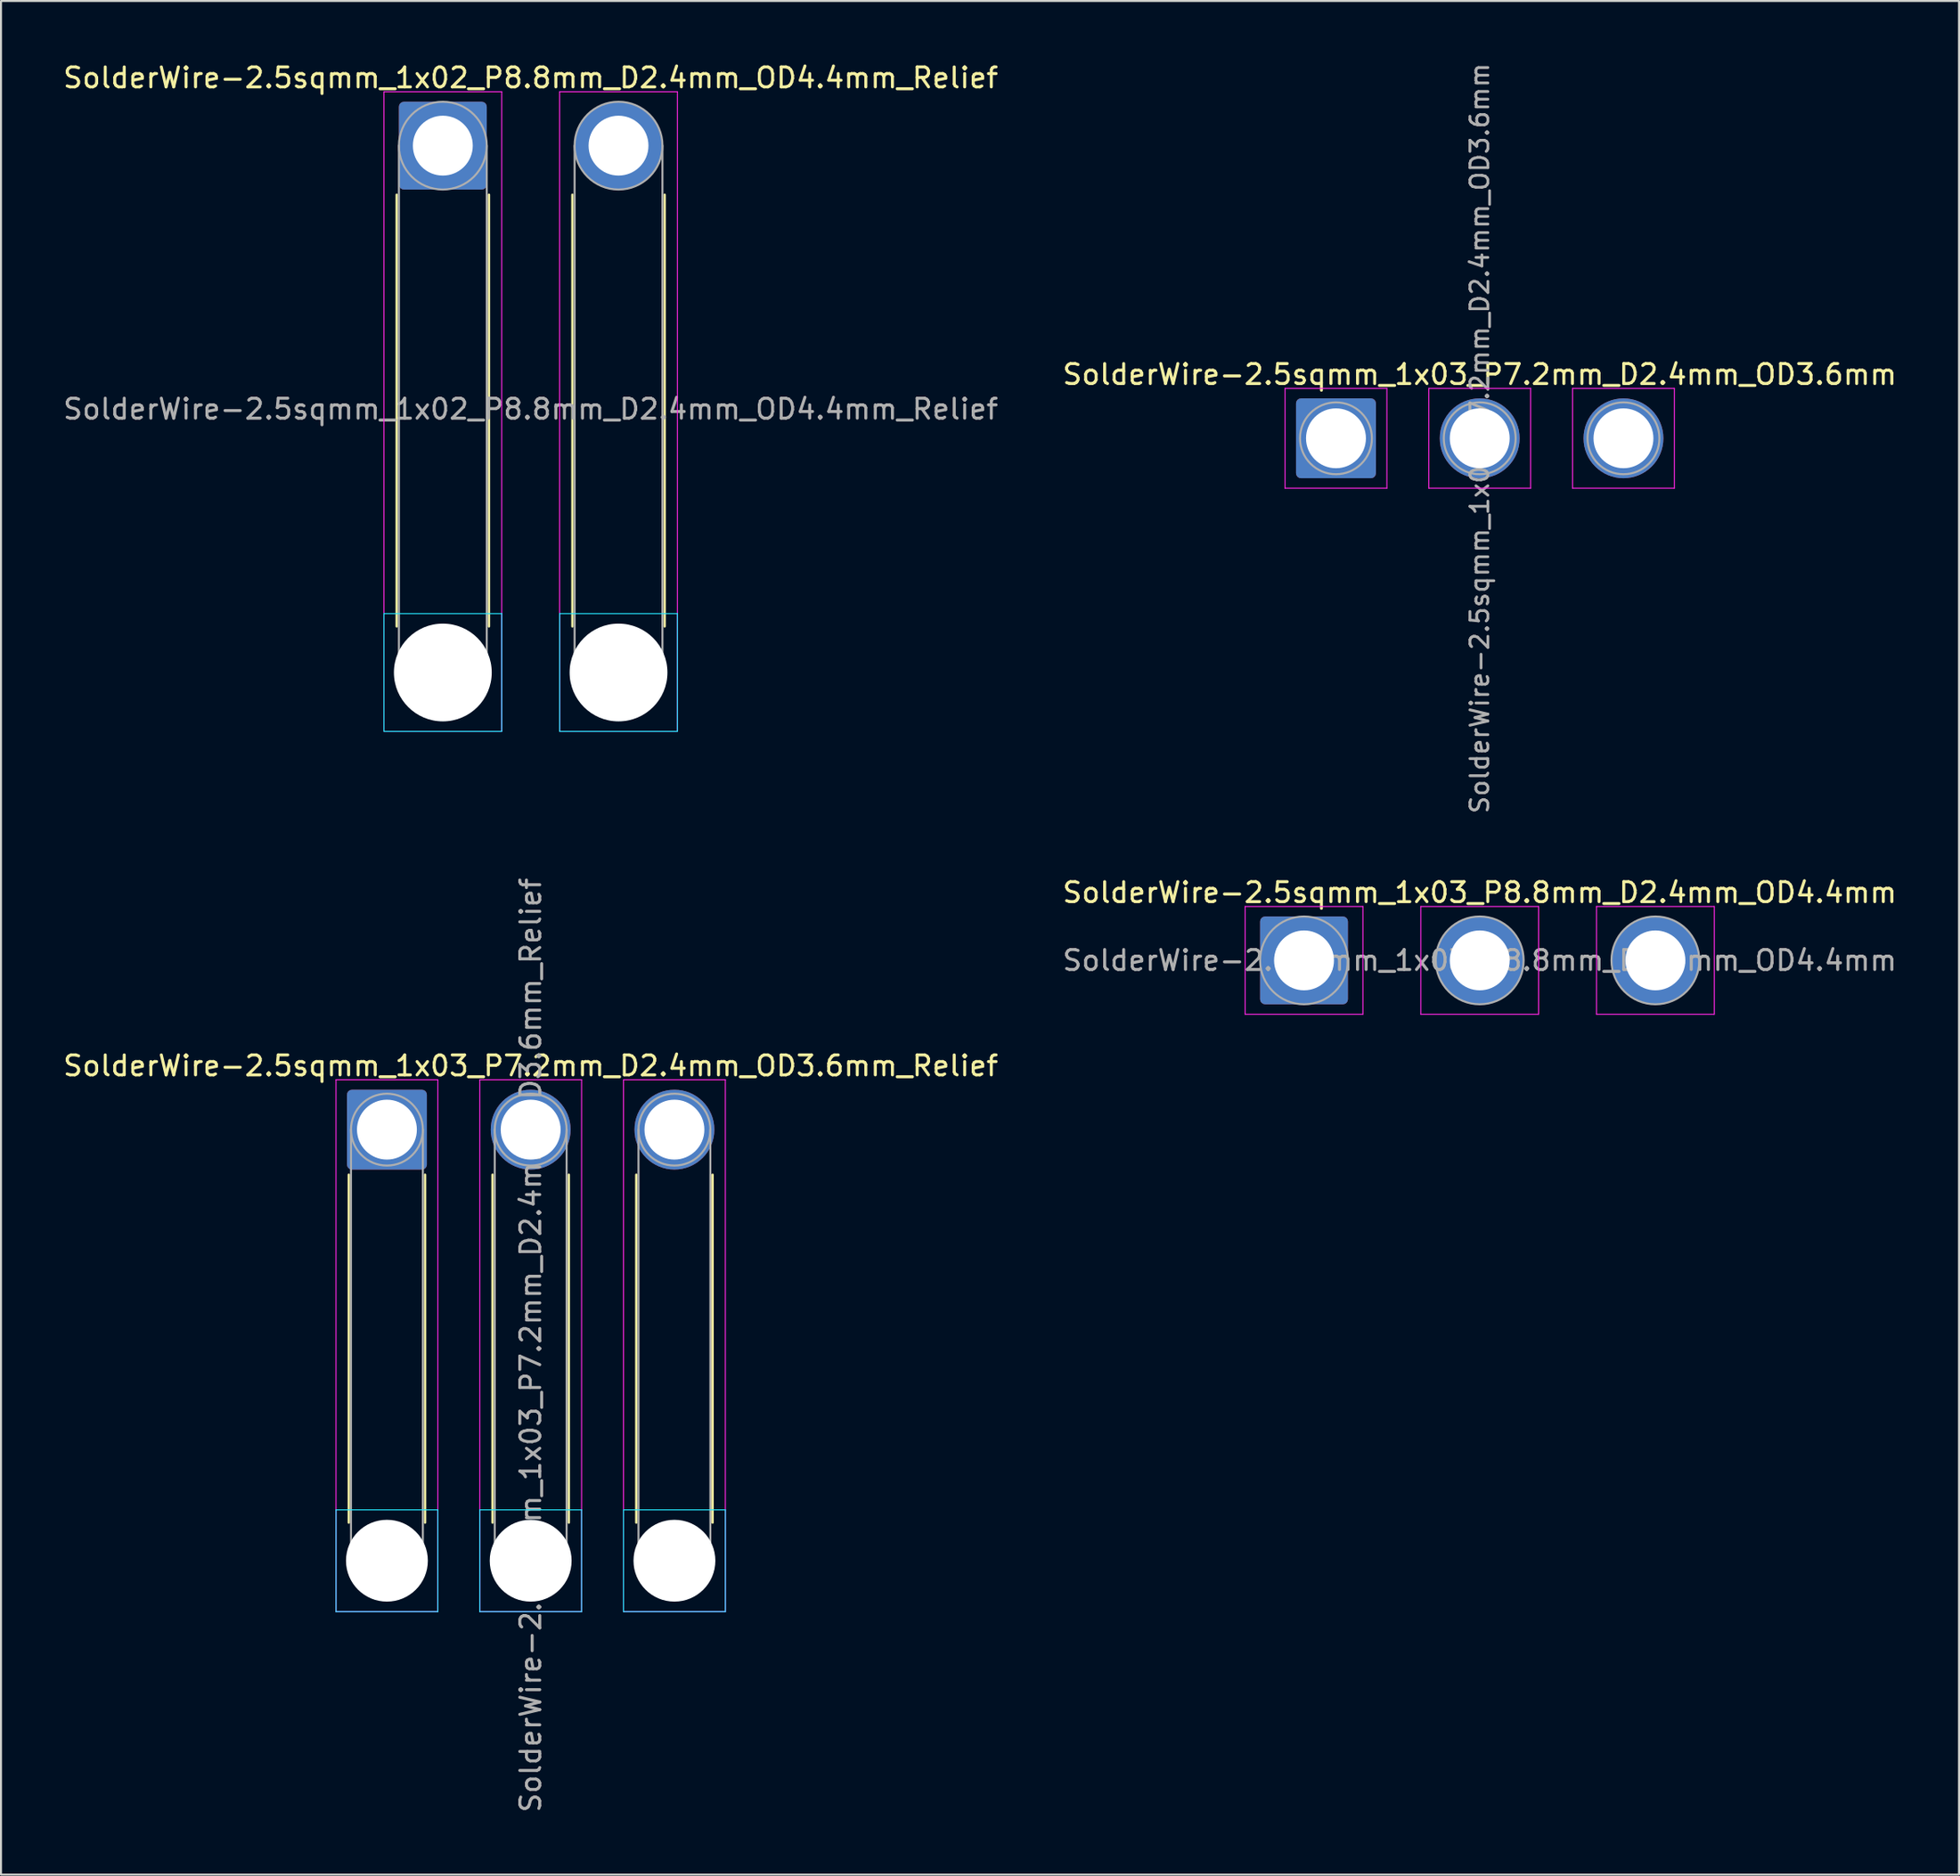
<source format=kicad_pcb>
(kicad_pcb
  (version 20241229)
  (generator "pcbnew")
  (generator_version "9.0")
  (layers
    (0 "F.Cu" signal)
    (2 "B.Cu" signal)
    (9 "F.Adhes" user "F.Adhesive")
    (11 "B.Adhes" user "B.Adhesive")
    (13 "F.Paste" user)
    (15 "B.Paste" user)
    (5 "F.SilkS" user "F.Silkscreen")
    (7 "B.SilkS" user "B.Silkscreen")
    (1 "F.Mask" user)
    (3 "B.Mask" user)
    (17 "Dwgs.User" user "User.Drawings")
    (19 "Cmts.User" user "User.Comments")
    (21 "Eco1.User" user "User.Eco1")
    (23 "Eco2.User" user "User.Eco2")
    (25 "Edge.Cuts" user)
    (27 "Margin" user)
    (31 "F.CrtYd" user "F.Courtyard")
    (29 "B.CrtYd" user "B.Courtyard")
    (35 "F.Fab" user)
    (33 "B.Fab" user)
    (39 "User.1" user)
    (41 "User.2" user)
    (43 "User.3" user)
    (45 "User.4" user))
  (footprint "SolderWire-2.5sqmm_1x03_P8.8mm_D2.4mm_OD4.4mm"
    (layer "F.Cu")
    (at 62.265 45.074)
    (property "Reference" "SolderWire-2.5sqmm_1x03_P8.8mm_D2.4mm_OD4.4mm" (at 8.8 -3.4 0) (layer "F.SilkS") (effects (font (size 1 1) (thickness 0.15))))
    (attr exclude_from_pos_files exclude_from_bom)
    (fp_line (start -2.95 -2.7) (end -2.95 2.7) (stroke (width 0.05) (type solid)) (layer "F.CrtYd"))
    (fp_line (start -2.95 2.7) (end 2.95 2.7) (stroke (width 0.05) (type solid)) (layer "F.CrtYd"))
    (fp_line (start 2.95 -2.7) (end -2.95 -2.7) (stroke (width 0.05) (type solid)) (layer "F.CrtYd"))
    (fp_line (start 2.95 2.7) (end 2.95 -2.7) (stroke (width 0.05) (type solid)) (layer "F.CrtYd"))
    (fp_line (start 5.85 -2.7) (end 5.85 2.7) (stroke (width 0.05) (type solid)) (layer "F.CrtYd"))
    (fp_line (start 5.85 2.7) (end 11.75 2.7) (stroke (width 0.05) (type solid)) (layer "F.CrtYd"))
    (fp_line (start 11.75 -2.7) (end 5.85 -2.7) (stroke (width 0.05) (type solid)) (layer "F.CrtYd"))
    (fp_line (start 11.75 2.7) (end 11.75 -2.7) (stroke (width 0.05) (type solid)) (layer "F.CrtYd"))
    (fp_line (start 14.65 -2.7) (end 14.65 2.7) (stroke (width 0.05) (type solid)) (layer "F.CrtYd"))
    (fp_line (start 14.65 2.7) (end 20.55 2.7) (stroke (width 0.05) (type solid)) (layer "F.CrtYd"))
    (fp_line (start 20.55 -2.7) (end 14.65 -2.7) (stroke (width 0.05) (type solid)) (layer "F.CrtYd"))
    (fp_line (start 20.55 2.7) (end 20.55 -2.7) (stroke (width 0.05) (type solid)) (layer "F.CrtYd"))
    (fp_circle (center 0 0) (end 2.2 0) (stroke (width 0.1) (type solid)) (fill no) (layer "F.Fab"))
    (fp_circle (center 8.8 0) (end 11 0) (stroke (width 0.1) (type solid)) (fill no) (layer "F.Fab"))
    (fp_circle (center 17.6 0) (end 19.8 0) (stroke (width 0.1) (type solid)) (fill no) (layer "F.Fab"))
    (fp_text user "${REFERENCE}" (at 8.8 0 0) (layer "F.Fab") (effects (font (size 1 1) (thickness 0.15))))
    (pad "1" thru_hole roundrect (at 0 0) (size 4.4 4.4) (drill 3) (layers "*.Cu" "*.Mask") (roundrect_rratio 0.057))
    (pad "2" thru_hole circle (at 8.8 0) (size 4.4 4.4) (drill 3) (layers "*.Cu" "*.Mask"))
    (pad "3" thru_hole circle (at 17.6 0) (size 4.4 4.4) (drill 3) (layers "*.Cu" "*.Mask")))
  (footprint "SolderWire-2.5sqmm_1x03_P7.2mm_D2.4mm_OD3.6mm"
    (layer "F.Cu")
    (at 63.865 18.913)
    (property "Reference" "SolderWire-2.5sqmm_1x03_P7.2mm_D2.4mm_OD3.6mm" (at 7.2 -3.2 0) (layer "F.SilkS") (effects (font (size 1 1) (thickness 0.15))))
    (attr exclude_from_pos_files exclude_from_bom)
    (fp_line (start -2.55 -2.5) (end -2.55 2.5) (stroke (width 0.05) (type solid)) (layer "F.CrtYd"))
    (fp_line (start -2.55 2.5) (end 2.55 2.5) (stroke (width 0.05) (type solid)) (layer "F.CrtYd"))
    (fp_line (start 2.55 -2.5) (end -2.55 -2.5) (stroke (width 0.05) (type solid)) (layer "F.CrtYd"))
    (fp_line (start 2.55 2.5) (end 2.55 -2.5) (stroke (width 0.05) (type solid)) (layer "F.CrtYd"))
    (fp_line (start 4.65 -2.5) (end 4.65 2.5) (stroke (width 0.05) (type solid)) (layer "F.CrtYd"))
    (fp_line (start 4.65 2.5) (end 9.75 2.5) (stroke (width 0.05) (type solid)) (layer "F.CrtYd"))
    (fp_line (start 9.75 -2.5) (end 4.65 -2.5) (stroke (width 0.05) (type solid)) (layer "F.CrtYd"))
    (fp_line (start 9.75 2.5) (end 9.75 -2.5) (stroke (width 0.05) (type solid)) (layer "F.CrtYd"))
    (fp_line (start 11.85 -2.5) (end 11.85 2.5) (stroke (width 0.05) (type solid)) (layer "F.CrtYd"))
    (fp_line (start 11.85 2.5) (end 16.95 2.5) (stroke (width 0.05) (type solid)) (layer "F.CrtYd"))
    (fp_line (start 16.95 -2.5) (end 11.85 -2.5) (stroke (width 0.05) (type solid)) (layer "F.CrtYd"))
    (fp_line (start 16.95 2.5) (end 16.95 -2.5) (stroke (width 0.05) (type solid)) (layer "F.CrtYd"))
    (fp_circle (center 0 0) (end 1.8 0) (stroke (width 0.1) (type solid)) (fill no) (layer "F.Fab"))
    (fp_circle (center 7.2 0) (end 9 0) (stroke (width 0.1) (type solid)) (fill no) (layer "F.Fab"))
    (fp_circle (center 14.4 0) (end 16.2 0) (stroke (width 0.1) (type solid)) (fill no) (layer "F.Fab"))
    (fp_text user "${REFERENCE}" (at 7.2 0 90) (layer "F.Fab") (effects (font (size 0.9 0.9) (thickness 0.14))))
    (pad "1" thru_hole roundrect (at 0 0) (size 4 4) (drill 3) (layers "*.Cu" "*.Mask") (roundrect_rratio 0.062))
    (pad "2" thru_hole circle (at 7.2 0) (size 4 4) (drill 3) (layers "*.Cu" "*.Mask"))
    (pad "3" thru_hole circle (at 14.4 0) (size 4 4) (drill 3) (layers "*.Cu" "*.Mask")))
  (footprint "SolderWire-2.5sqmm_1x02_P8.8mm_D2.4mm_OD4.4mm_Relief"
    (layer "F.Cu")
    (at 19.13 4.248)
    (property "Reference" "SolderWire-2.5sqmm_1x02_P8.8mm_D2.4mm_OD4.4mm_Relief" (at 4.4 -3.4 0) (layer "F.SilkS") (effects (font (size 1 1) (thickness 0.15))))
    (attr exclude_from_pos_files exclude_from_bom)
    (fp_line (start -2.31 2.46) (end -2.31 24.09) (stroke (width 0.12) (type solid)) (layer "F.SilkS"))
    (fp_line (start 2.31 2.46) (end 2.31 24.09) (stroke (width 0.12) (type solid)) (layer "F.SilkS"))
    (fp_line (start 6.49 2.46) (end 6.49 24.09) (stroke (width 0.12) (type solid)) (layer "F.SilkS"))
    (fp_line (start 11.11 2.46) (end 11.11 24.09) (stroke (width 0.12) (type solid)) (layer "F.SilkS"))
    (fp_line (start -2.95 23.45) (end -2.95 29.35) (stroke (width 0.05) (type solid)) (layer "B.CrtYd"))
    (fp_line (start -2.95 29.35) (end 2.95 29.35) (stroke (width 0.05) (type solid)) (layer "B.CrtYd"))
    (fp_line (start 2.95 23.45) (end -2.95 23.45) (stroke (width 0.05) (type solid)) (layer "B.CrtYd"))
    (fp_line (start 2.95 29.35) (end 2.95 23.45) (stroke (width 0.05) (type solid)) (layer "B.CrtYd"))
    (fp_line (start 5.85 23.45) (end 5.85 29.35) (stroke (width 0.05) (type solid)) (layer "B.CrtYd"))
    (fp_line (start 5.85 29.35) (end 11.75 29.35) (stroke (width 0.05) (type solid)) (layer "B.CrtYd"))
    (fp_line (start 11.75 23.45) (end 5.85 23.45) (stroke (width 0.05) (type solid)) (layer "B.CrtYd"))
    (fp_line (start 11.75 29.35) (end 11.75 23.45) (stroke (width 0.05) (type solid)) (layer "B.CrtYd"))
    (fp_line (start -2.95 -2.7) (end -2.95 29.35) (stroke (width 0.05) (type solid)) (layer "F.CrtYd"))
    (fp_line (start -2.95 29.35) (end 2.95 29.35) (stroke (width 0.05) (type solid)) (layer "F.CrtYd"))
    (fp_line (start 2.95 -2.7) (end -2.95 -2.7) (stroke (width 0.05) (type solid)) (layer "F.CrtYd"))
    (fp_line (start 2.95 29.35) (end 2.95 -2.7) (stroke (width 0.05) (type solid)) (layer "F.CrtYd"))
    (fp_line (start 5.85 -2.7) (end 5.85 29.35) (stroke (width 0.05) (type solid)) (layer "F.CrtYd"))
    (fp_line (start 5.85 29.35) (end 11.75 29.35) (stroke (width 0.05) (type solid)) (layer "F.CrtYd"))
    (fp_line (start 11.75 -2.7) (end 5.85 -2.7) (stroke (width 0.05) (type solid)) (layer "F.CrtYd"))
    (fp_line (start 11.75 29.35) (end 11.75 -2.7) (stroke (width 0.05) (type solid)) (layer "F.CrtYd"))
    (fp_line (start -2.2 0) (end -2.2 26.4) (stroke (width 0.1) (type solid)) (layer "F.Fab"))
    (fp_line (start 2.2 0) (end 2.2 26.4) (stroke (width 0.1) (type solid)) (layer "F.Fab"))
    (fp_line (start 6.6 0) (end 6.6 26.4) (stroke (width 0.1) (type solid)) (layer "F.Fab"))
    (fp_line (start 11 0) (end 11 26.4) (stroke (width 0.1) (type solid)) (layer "F.Fab"))
    (fp_circle (center 0 0) (end 2.2 0) (stroke (width 0.1) (type solid)) (fill no) (layer "F.Fab"))
    (fp_circle (center 0 26.4) (end 2.2 26.4) (stroke (width 0.1) (type solid)) (fill no) (layer "F.Fab"))
    (fp_circle (center 8.8 0) (end 11 0) (stroke (width 0.1) (type solid)) (fill no) (layer "F.Fab"))
    (fp_circle (center 8.8 26.4) (end 11 26.4) (stroke (width 0.1) (type solid)) (fill no) (layer "F.Fab"))
    (fp_text user "${REFERENCE}" (at 4.4 13.2 0) (layer "F.Fab") (effects (font (size 1 1) (thickness 0.15))))
    (pad "" np_thru_hole circle (at 0 26.4) (size 4.9 4.9) (drill 4.9) (layers "*.Cu" "*.Mask"))
    (pad "" np_thru_hole circle (at 8.8 26.4) (size 4.9 4.9) (drill 4.9) (layers "*.Cu" "*.Mask"))
    (pad "1" thru_hole roundrect (at 0 0) (size 4.4 4.4) (drill 3) (layers "*.Cu" "*.Mask") (roundrect_rratio 0.057))
    (pad "2" thru_hole circle (at 8.8 0) (size 4.4 4.4) (drill 3) (layers "*.Cu" "*.Mask")))
  (footprint "SolderWire-2.5sqmm_1x03_P7.2mm_D2.4mm_OD3.6mm_Relief"
    (layer "F.Cu")
    (at 16.33 53.555)
    (property "Reference" "SolderWire-2.5sqmm_1x03_P7.2mm_D2.4mm_OD3.6mm_Relief" (at 7.2 -3.2 0) (layer "F.SilkS") (effects (font (size 1 1) (thickness 0.15))))
    (attr exclude_from_pos_files exclude_from_bom)
    (fp_line (start -1.91 2.26) (end -1.91 19.69) (stroke (width 0.12) (type solid)) (layer "F.SilkS"))
    (fp_line (start 1.91 2.26) (end 1.91 19.69) (stroke (width 0.12) (type solid)) (layer "F.SilkS"))
    (fp_line (start 5.29 2.26) (end 5.29 19.69) (stroke (width 0.12) (type solid)) (layer "F.SilkS"))
    (fp_line (start 9.11 2.26) (end 9.11 19.69) (stroke (width 0.12) (type solid)) (layer "F.SilkS"))
    (fp_line (start 12.49 2.26) (end 12.49 19.69) (stroke (width 0.12) (type solid)) (layer "F.SilkS"))
    (fp_line (start 16.31 2.26) (end 16.31 19.69) (stroke (width 0.12) (type solid)) (layer "F.SilkS"))
    (fp_line (start -2.55 19.05) (end -2.55 24.15) (stroke (width 0.05) (type solid)) (layer "B.CrtYd"))
    (fp_line (start -2.55 24.15) (end 2.55 24.15) (stroke (width 0.05) (type solid)) (layer "B.CrtYd"))
    (fp_line (start 2.55 19.05) (end -2.55 19.05) (stroke (width 0.05) (type solid)) (layer "B.CrtYd"))
    (fp_line (start 2.55 24.15) (end 2.55 19.05) (stroke (width 0.05) (type solid)) (layer "B.CrtYd"))
    (fp_line (start 4.65 19.05) (end 4.65 24.15) (stroke (width 0.05) (type solid)) (layer "B.CrtYd"))
    (fp_line (start 4.65 24.15) (end 9.75 24.15) (stroke (width 0.05) (type solid)) (layer "B.CrtYd"))
    (fp_line (start 9.75 19.05) (end 4.65 19.05) (stroke (width 0.05) (type solid)) (layer "B.CrtYd"))
    (fp_line (start 9.75 24.15) (end 9.75 19.05) (stroke (width 0.05) (type solid)) (layer "B.CrtYd"))
    (fp_line (start 11.85 19.05) (end 11.85 24.15) (stroke (width 0.05) (type solid)) (layer "B.CrtYd"))
    (fp_line (start 11.85 24.15) (end 16.95 24.15) (stroke (width 0.05) (type solid)) (layer "B.CrtYd"))
    (fp_line (start 16.95 19.05) (end 11.85 19.05) (stroke (width 0.05) (type solid)) (layer "B.CrtYd"))
    (fp_line (start 16.95 24.15) (end 16.95 19.05) (stroke (width 0.05) (type solid)) (layer "B.CrtYd"))
    (fp_line (start -2.55 -2.5) (end -2.55 24.15) (stroke (width 0.05) (type solid)) (layer "F.CrtYd"))
    (fp_line (start -2.55 24.15) (end 2.55 24.15) (stroke (width 0.05) (type solid)) (layer "F.CrtYd"))
    (fp_line (start 2.55 -2.5) (end -2.55 -2.5) (stroke (width 0.05) (type solid)) (layer "F.CrtYd"))
    (fp_line (start 2.55 24.15) (end 2.55 -2.5) (stroke (width 0.05) (type solid)) (layer "F.CrtYd"))
    (fp_line (start 4.65 -2.5) (end 4.65 24.15) (stroke (width 0.05) (type solid)) (layer "F.CrtYd"))
    (fp_line (start 4.65 24.15) (end 9.75 24.15) (stroke (width 0.05) (type solid)) (layer "F.CrtYd"))
    (fp_line (start 9.75 -2.5) (end 4.65 -2.5) (stroke (width 0.05) (type solid)) (layer "F.CrtYd"))
    (fp_line (start 9.75 24.15) (end 9.75 -2.5) (stroke (width 0.05) (type solid)) (layer "F.CrtYd"))
    (fp_line (start 11.85 -2.5) (end 11.85 24.15) (stroke (width 0.05) (type solid)) (layer "F.CrtYd"))
    (fp_line (start 11.85 24.15) (end 16.95 24.15) (stroke (width 0.05) (type solid)) (layer "F.CrtYd"))
    (fp_line (start 16.95 -2.5) (end 11.85 -2.5) (stroke (width 0.05) (type solid)) (layer "F.CrtYd"))
    (fp_line (start 16.95 24.15) (end 16.95 -2.5) (stroke (width 0.05) (type solid)) (layer "F.CrtYd"))
    (fp_line (start -1.8 0) (end -1.8 21.6) (stroke (width 0.1) (type solid)) (layer "F.Fab"))
    (fp_line (start 1.8 0) (end 1.8 21.6) (stroke (width 0.1) (type solid)) (layer "F.Fab"))
    (fp_line (start 5.4 0) (end 5.4 21.6) (stroke (width 0.1) (type solid)) (layer "F.Fab"))
    (fp_line (start 9 0) (end 9 21.6) (stroke (width 0.1) (type solid)) (layer "F.Fab"))
    (fp_line (start 12.6 0) (end 12.6 21.6) (stroke (width 0.1) (type solid)) (layer "F.Fab"))
    (fp_line (start 16.2 0) (end 16.2 21.6) (stroke (width 0.1) (type solid)) (layer "F.Fab"))
    (fp_circle (center 0 0) (end 1.8 0) (stroke (width 0.1) (type solid)) (fill no) (layer "F.Fab"))
    (fp_circle (center 0 21.6) (end 1.8 21.6) (stroke (width 0.1) (type solid)) (fill no) (layer "F.Fab"))
    (fp_circle (center 7.2 0) (end 9 0) (stroke (width 0.1) (type solid)) (fill no) (layer "F.Fab"))
    (fp_circle (center 7.2 21.6) (end 9 21.6) (stroke (width 0.1) (type solid)) (fill no) (layer "F.Fab"))
    (fp_circle (center 14.4 0) (end 16.2 0) (stroke (width 0.1) (type solid)) (fill no) (layer "F.Fab"))
    (fp_circle (center 14.4 21.6) (end 16.2 21.6) (stroke (width 0.1) (type solid)) (fill no) (layer "F.Fab"))
    (fp_text user "${REFERENCE}" (at 7.2 10.8 90) (layer "F.Fab") (effects (font (size 1 1) (thickness 0.15))))
    (pad "" np_thru_hole circle (at 0 21.6) (size 4.1 4.1) (drill 4.1) (layers "*.Cu" "*.Mask"))
    (pad "" np_thru_hole circle (at 7.2 21.6) (size 4.1 4.1) (drill 4.1) (layers "*.Cu" "*.Mask"))
    (pad "" np_thru_hole circle (at 14.4 21.6) (size 4.1 4.1) (drill 4.1) (layers "*.Cu" "*.Mask"))
    (pad "1" thru_hole roundrect (at 0 0) (size 4 4) (drill 3) (layers "*.Cu" "*.Mask") (roundrect_rratio 0.062))
    (pad "2" thru_hole circle (at 7.2 0) (size 4 4) (drill 3) (layers "*.Cu" "*.Mask"))
    (pad "3" thru_hole circle (at 14.4 0) (size 4 4) (drill 3) (layers "*.Cu" "*.Mask")))
  (gr_rect
    (start -3 -3)
    (end 95.071 90.885)
    (stroke (width 0.1) (type default))
    (fill no)
    (layer "Edge.Cuts")))
</source>
